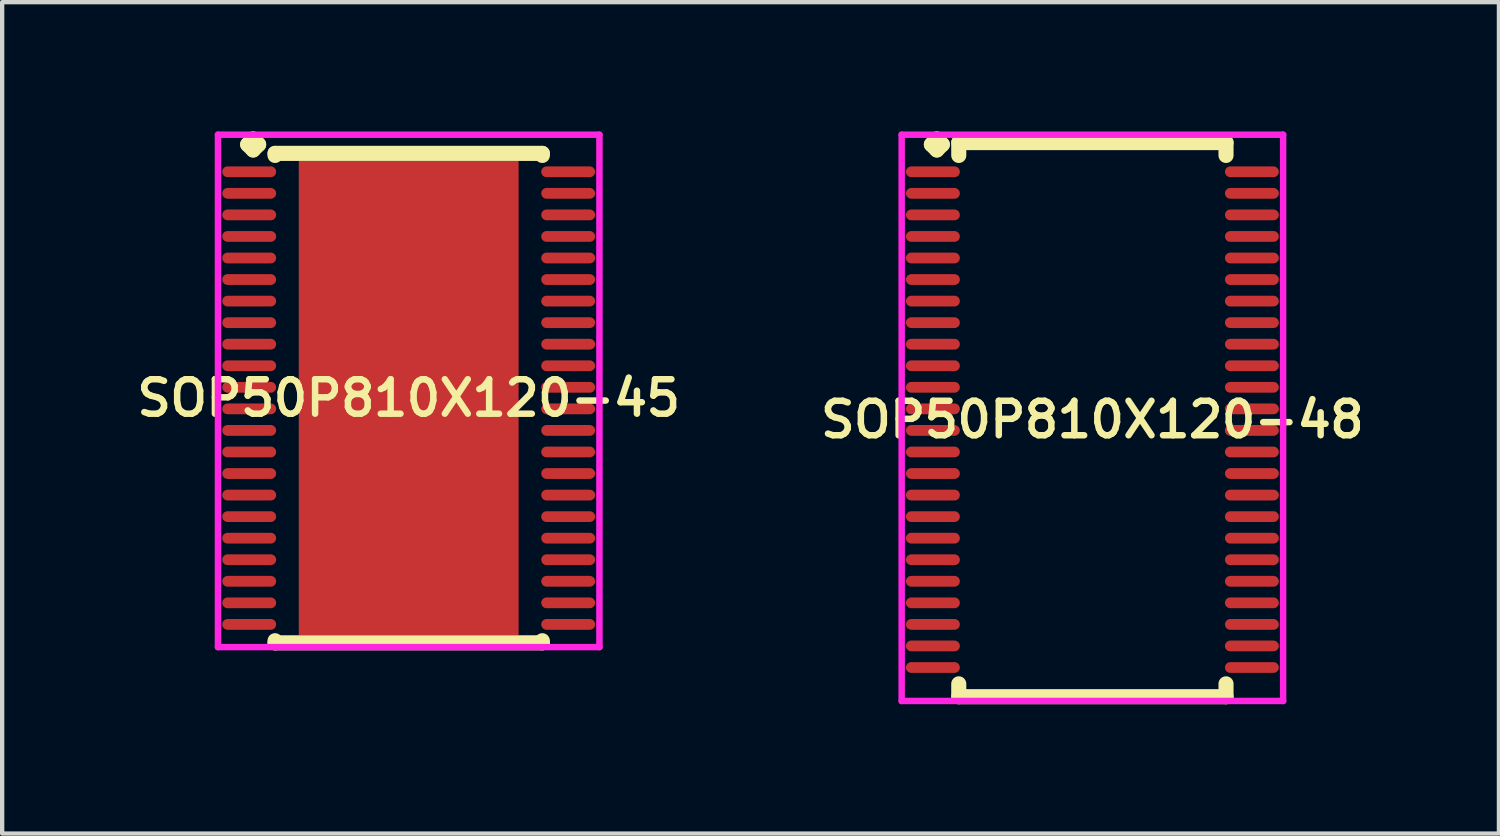
<source format=kicad_pcb>
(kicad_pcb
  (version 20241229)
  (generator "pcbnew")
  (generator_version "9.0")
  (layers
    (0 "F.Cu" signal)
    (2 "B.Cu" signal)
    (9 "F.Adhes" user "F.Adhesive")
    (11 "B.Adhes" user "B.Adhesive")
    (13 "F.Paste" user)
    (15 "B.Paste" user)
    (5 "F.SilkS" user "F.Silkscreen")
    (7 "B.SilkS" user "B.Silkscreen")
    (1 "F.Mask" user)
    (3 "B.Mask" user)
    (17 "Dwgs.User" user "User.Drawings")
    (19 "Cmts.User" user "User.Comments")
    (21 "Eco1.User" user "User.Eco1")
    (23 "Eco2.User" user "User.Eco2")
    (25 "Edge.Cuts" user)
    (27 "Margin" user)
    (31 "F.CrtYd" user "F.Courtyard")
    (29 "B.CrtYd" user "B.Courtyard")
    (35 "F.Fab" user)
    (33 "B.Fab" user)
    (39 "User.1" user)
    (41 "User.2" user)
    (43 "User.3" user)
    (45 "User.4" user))
  (footprint "SOP50P810X120-45"
    (layer "F.Cu")
    (at 6.431 6.185)
    (property "Reference" "SOP50P810X120-45" (at 0 0 0) (layer "F.SilkS") (effects (font (size 0.8 0.8) (thickness 0.15))))
    (attr smd)
    (fp_line (start -3.735 -5.883) (end -3.608 -6.01) (stroke (width 0.35) (type solid)) (layer "F.SilkS"))
    (fp_line (start -3.608 -6.01) (end -3.481 -5.883) (stroke (width 0.35) (type solid)) (layer "F.SilkS"))
    (fp_line (start -3.608 -5.756) (end -3.735 -5.883) (stroke (width 0.35) (type solid)) (layer "F.SilkS"))
    (fp_line (start -3.481 -5.883) (end -3.608 -5.756) (stroke (width 0.35) (type solid)) (layer "F.SilkS"))
    (fp_line (start -3.1 -5.677) (end 3.1 -5.677) (stroke (width 0.35) (type solid)) (layer "F.SilkS"))
    (fp_line (start -3.1 -5.629) (end -3.1 -5.677) (stroke (width 0.35) (type solid)) (layer "F.SilkS"))
    (fp_line (start -3.1 5.629) (end -3.1 5.677) (stroke (width 0.35) (type solid)) (layer "F.SilkS"))
    (fp_line (start -3.1 5.677) (end 3.1 5.677) (stroke (width 0.35) (type solid)) (layer "F.SilkS"))
    (fp_line (start 3.1 -5.677) (end 3.1 -5.629) (stroke (width 0.35) (type solid)) (layer "F.SilkS"))
    (fp_line (start 3.1 5.677) (end 3.1 5.629) (stroke (width 0.35) (type solid)) (layer "F.SilkS"))
    (fp_line (start -4.425 -6.11) (end 4.425 -6.11) (stroke (width 0.15) (type solid)) (layer "F.CrtYd"))
    (fp_line (start -4.425 5.777) (end -4.425 -6.11) (stroke (width 0.15) (type solid)) (layer "F.CrtYd"))
    (fp_line (start 4.425 -6.11) (end 4.425 5.777) (stroke (width 0.15) (type solid)) (layer "F.CrtYd"))
    (fp_line (start 4.425 5.777) (end -4.425 5.777) (stroke (width 0.15) (type solid)) (layer "F.CrtYd"))
    (pad "1" smd oval (at -3.7 -5.25) (size 1.25 0.25) (layers "F.Cu" "F.Mask" "F.Paste"))
    (pad "2" smd oval (at -3.7 -4.75) (size 1.25 0.25) (layers "F.Cu" "F.Mask" "F.Paste"))
    (pad "3" smd oval (at -3.7 -4.25) (size 1.25 0.25) (layers "F.Cu" "F.Mask" "F.Paste"))
    (pad "4" smd oval (at -3.7 -3.75) (size 1.25 0.25) (layers "F.Cu" "F.Mask" "F.Paste"))
    (pad "5" smd oval (at -3.7 -3.25) (size 1.25 0.25) (layers "F.Cu" "F.Mask" "F.Paste"))
    (pad "6" smd oval (at -3.7 -2.75) (size 1.25 0.25) (layers "F.Cu" "F.Mask" "F.Paste"))
    (pad "7" smd oval (at -3.7 -2.25) (size 1.25 0.25) (layers "F.Cu" "F.Mask" "F.Paste"))
    (pad "8" smd oval (at -3.7 -1.75) (size 1.25 0.25) (layers "F.Cu" "F.Mask" "F.Paste"))
    (pad "9" smd oval (at -3.7 -1.25) (size 1.25 0.25) (layers "F.Cu" "F.Mask" "F.Paste"))
    (pad "10" smd oval (at -3.7 -0.75) (size 1.25 0.25) (layers "F.Cu" "F.Mask" "F.Paste"))
    (pad "11" smd oval (at -3.7 -0.25) (size 1.25 0.25) (layers "F.Cu" "F.Mask" "F.Paste"))
    (pad "12" smd oval (at -3.7 0.25) (size 1.25 0.25) (layers "F.Cu" "F.Mask" "F.Paste"))
    (pad "13" smd oval (at -3.7 0.75) (size 1.25 0.25) (layers "F.Cu" "F.Mask" "F.Paste"))
    (pad "14" smd oval (at -3.7 1.25) (size 1.25 0.25) (layers "F.Cu" "F.Mask" "F.Paste"))
    (pad "15" smd oval (at -3.7 1.75) (size 1.25 0.25) (layers "F.Cu" "F.Mask" "F.Paste"))
    (pad "16" smd oval (at -3.7 2.25) (size 1.25 0.25) (layers "F.Cu" "F.Mask" "F.Paste"))
    (pad "17" smd oval (at -3.7 2.75) (size 1.25 0.25) (layers "F.Cu" "F.Mask" "F.Paste"))
    (pad "18" smd oval (at -3.7 3.25) (size 1.25 0.25) (layers "F.Cu" "F.Mask" "F.Paste"))
    (pad "19" smd oval (at -3.7 3.75) (size 1.25 0.25) (layers "F.Cu" "F.Mask" "F.Paste"))
    (pad "20" smd oval (at -3.7 4.25) (size 1.25 0.25) (layers "F.Cu" "F.Mask" "F.Paste"))
    (pad "21" smd oval (at -3.7 4.75) (size 1.25 0.25) (layers "F.Cu" "F.Mask" "F.Paste"))
    (pad "22" smd oval (at -3.7 5.25) (size 1.25 0.25) (layers "F.Cu" "F.Mask" "F.Paste"))
    (pad "23" smd oval (at 3.7 5.25) (size 1.25 0.25) (layers "F.Cu" "F.Mask" "F.Paste"))
    (pad "24" smd oval (at 3.7 4.75) (size 1.25 0.25) (layers "F.Cu" "F.Mask" "F.Paste"))
    (pad "25" smd oval (at 3.7 4.25) (size 1.25 0.25) (layers "F.Cu" "F.Mask" "F.Paste"))
    (pad "26" smd oval (at 3.7 3.75) (size 1.25 0.25) (layers "F.Cu" "F.Mask" "F.Paste"))
    (pad "27" smd oval (at 3.7 3.25) (size 1.25 0.25) (layers "F.Cu" "F.Mask" "F.Paste"))
    (pad "28" smd oval (at 3.7 2.75) (size 1.25 0.25) (layers "F.Cu" "F.Mask" "F.Paste"))
    (pad "29" smd oval (at 3.7 2.25) (size 1.25 0.25) (layers "F.Cu" "F.Mask" "F.Paste"))
    (pad "30" smd oval (at 3.7 1.75) (size 1.25 0.25) (layers "F.Cu" "F.Mask" "F.Paste"))
    (pad "31" smd oval (at 3.7 1.25) (size 1.25 0.25) (layers "F.Cu" "F.Mask" "F.Paste"))
    (pad "32" smd oval (at 3.7 0.75) (size 1.25 0.25) (layers "F.Cu" "F.Mask" "F.Paste"))
    (pad "33" smd oval (at 3.7 0.25) (size 1.25 0.25) (layers "F.Cu" "F.Mask" "F.Paste"))
    (pad "34" smd oval (at 3.7 -0.25) (size 1.25 0.25) (layers "F.Cu" "F.Mask" "F.Paste"))
    (pad "35" smd oval (at 3.7 -0.75) (size 1.25 0.25) (layers "F.Cu" "F.Mask" "F.Paste"))
    (pad "36" smd oval (at 3.7 -1.25) (size 1.25 0.25) (layers "F.Cu" "F.Mask" "F.Paste"))
    (pad "37" smd oval (at 3.7 -1.75) (size 1.25 0.25) (layers "F.Cu" "F.Mask" "F.Paste"))
    (pad "38" smd oval (at 3.7 -2.25) (size 1.25 0.25) (layers "F.Cu" "F.Mask" "F.Paste"))
    (pad "39" smd oval (at 3.7 -2.75) (size 1.25 0.25) (layers "F.Cu" "F.Mask" "F.Paste"))
    (pad "40" smd oval (at 3.7 -3.25) (size 1.25 0.25) (layers "F.Cu" "F.Mask" "F.Paste"))
    (pad "41" smd oval (at 3.7 -3.75) (size 1.25 0.25) (layers "F.Cu" "F.Mask" "F.Paste"))
    (pad "42" smd oval (at 3.7 -4.25) (size 1.25 0.25) (layers "F.Cu" "F.Mask" "F.Paste"))
    (pad "43" smd oval (at 3.7 -4.75) (size 1.25 0.25) (layers "F.Cu" "F.Mask" "F.Paste"))
    (pad "44" smd oval (at 3.7 -5.25) (size 1.25 0.25) (layers "F.Cu" "F.Mask" "F.Paste"))
    (pad "45" smd rect (at 0 0) (size 5.1 11) (layers "F.Cu" "F.Mask" "F.Paste")))
  (footprint "SOP50P810X120-48"
    (layer "F.Cu")
    (at 22.292 6.685)
    (property "Reference" "SOP50P810X120-48" (at 0 0 0) (layer "F.SilkS") (effects (font (size 0.8 0.8) (thickness 0.15))))
    (attr smd)
    (fp_line (start -3.735 -6.383) (end -3.608 -6.51) (stroke (width 0.35) (type solid)) (layer "F.SilkS"))
    (fp_line (start -3.608 -6.51) (end -3.481 -6.383) (stroke (width 0.35) (type solid)) (layer "F.SilkS"))
    (fp_line (start -3.608 -6.256) (end -3.735 -6.383) (stroke (width 0.35) (type solid)) (layer "F.SilkS"))
    (fp_line (start -3.481 -6.383) (end -3.608 -6.256) (stroke (width 0.35) (type solid)) (layer "F.SilkS"))
    (fp_line (start -3.1 -6.427) (end 3.1 -6.427) (stroke (width 0.35) (type solid)) (layer "F.SilkS"))
    (fp_line (start -3.1 -6.129) (end -3.1 -6.427) (stroke (width 0.35) (type solid)) (layer "F.SilkS"))
    (fp_line (start -3.1 6.129) (end -3.1 6.427) (stroke (width 0.35) (type solid)) (layer "F.SilkS"))
    (fp_line (start -3.1 6.427) (end 3.1 6.427) (stroke (width 0.35) (type solid)) (layer "F.SilkS"))
    (fp_line (start 3.1 -6.427) (end 3.1 -6.129) (stroke (width 0.35) (type solid)) (layer "F.SilkS"))
    (fp_line (start 3.1 6.427) (end 3.1 6.129) (stroke (width 0.35) (type solid)) (layer "F.SilkS"))
    (fp_line (start -4.425 -6.61) (end 4.425 -6.61) (stroke (width 0.15) (type solid)) (layer "F.CrtYd"))
    (fp_line (start -4.425 6.527) (end -4.425 -6.61) (stroke (width 0.15) (type solid)) (layer "F.CrtYd"))
    (fp_line (start 4.425 -6.61) (end 4.425 6.527) (stroke (width 0.15) (type solid)) (layer "F.CrtYd"))
    (fp_line (start 4.425 6.527) (end -4.425 6.527) (stroke (width 0.15) (type solid)) (layer "F.CrtYd"))
    (pad "1" smd oval (at -3.7 -5.75) (size 1.25 0.25) (layers "F.Cu" "F.Mask" "F.Paste"))
    (pad "2" smd oval (at -3.7 -5.25) (size 1.25 0.25) (layers "F.Cu" "F.Mask" "F.Paste"))
    (pad "3" smd oval (at -3.7 -4.75) (size 1.25 0.25) (layers "F.Cu" "F.Mask" "F.Paste"))
    (pad "4" smd oval (at -3.7 -4.25) (size 1.25 0.25) (layers "F.Cu" "F.Mask" "F.Paste"))
    (pad "5" smd oval (at -3.7 -3.75) (size 1.25 0.25) (layers "F.Cu" "F.Mask" "F.Paste"))
    (pad "6" smd oval (at -3.7 -3.25) (size 1.25 0.25) (layers "F.Cu" "F.Mask" "F.Paste"))
    (pad "7" smd oval (at -3.7 -2.75) (size 1.25 0.25) (layers "F.Cu" "F.Mask" "F.Paste"))
    (pad "8" smd oval (at -3.7 -2.25) (size 1.25 0.25) (layers "F.Cu" "F.Mask" "F.Paste"))
    (pad "9" smd oval (at -3.7 -1.75) (size 1.25 0.25) (layers "F.Cu" "F.Mask" "F.Paste"))
    (pad "10" smd oval (at -3.7 -1.25) (size 1.25 0.25) (layers "F.Cu" "F.Mask" "F.Paste"))
    (pad "11" smd oval (at -3.7 -0.75) (size 1.25 0.25) (layers "F.Cu" "F.Mask" "F.Paste"))
    (pad "12" smd oval (at -3.7 -0.25) (size 1.25 0.25) (layers "F.Cu" "F.Mask" "F.Paste"))
    (pad "13" smd oval (at -3.7 0.25) (size 1.25 0.25) (layers "F.Cu" "F.Mask" "F.Paste"))
    (pad "14" smd oval (at -3.7 0.75) (size 1.25 0.25) (layers "F.Cu" "F.Mask" "F.Paste"))
    (pad "15" smd oval (at -3.7 1.25) (size 1.25 0.25) (layers "F.Cu" "F.Mask" "F.Paste"))
    (pad "16" smd oval (at -3.7 1.75) (size 1.25 0.25) (layers "F.Cu" "F.Mask" "F.Paste"))
    (pad "17" smd oval (at -3.7 2.25) (size 1.25 0.25) (layers "F.Cu" "F.Mask" "F.Paste"))
    (pad "18" smd oval (at -3.7 2.75) (size 1.25 0.25) (layers "F.Cu" "F.Mask" "F.Paste"))
    (pad "19" smd oval (at -3.7 3.25) (size 1.25 0.25) (layers "F.Cu" "F.Mask" "F.Paste"))
    (pad "20" smd oval (at -3.7 3.75) (size 1.25 0.25) (layers "F.Cu" "F.Mask" "F.Paste"))
    (pad "21" smd oval (at -3.7 4.25) (size 1.25 0.25) (layers "F.Cu" "F.Mask" "F.Paste"))
    (pad "22" smd oval (at -3.7 4.75) (size 1.25 0.25) (layers "F.Cu" "F.Mask" "F.Paste"))
    (pad "23" smd oval (at -3.7 5.25) (size 1.25 0.25) (layers "F.Cu" "F.Mask" "F.Paste"))
    (pad "24" smd oval (at -3.7 5.75) (size 1.25 0.25) (layers "F.Cu" "F.Mask" "F.Paste"))
    (pad "25" smd oval (at 3.7 5.75) (size 1.25 0.25) (layers "F.Cu" "F.Mask" "F.Paste"))
    (pad "26" smd oval (at 3.7 5.25) (size 1.25 0.25) (layers "F.Cu" "F.Mask" "F.Paste"))
    (pad "27" smd oval (at 3.7 4.75) (size 1.25 0.25) (layers "F.Cu" "F.Mask" "F.Paste"))
    (pad "28" smd oval (at 3.7 4.25) (size 1.25 0.25) (layers "F.Cu" "F.Mask" "F.Paste"))
    (pad "29" smd oval (at 3.7 3.75) (size 1.25 0.25) (layers "F.Cu" "F.Mask" "F.Paste"))
    (pad "30" smd oval (at 3.7 3.25) (size 1.25 0.25) (layers "F.Cu" "F.Mask" "F.Paste"))
    (pad "31" smd oval (at 3.7 2.75) (size 1.25 0.25) (layers "F.Cu" "F.Mask" "F.Paste"))
    (pad "32" smd oval (at 3.7 2.25) (size 1.25 0.25) (layers "F.Cu" "F.Mask" "F.Paste"))
    (pad "33" smd oval (at 3.7 1.75) (size 1.25 0.25) (layers "F.Cu" "F.Mask" "F.Paste"))
    (pad "34" smd oval (at 3.7 1.25) (size 1.25 0.25) (layers "F.Cu" "F.Mask" "F.Paste"))
    (pad "35" smd oval (at 3.7 0.75) (size 1.25 0.25) (layers "F.Cu" "F.Mask" "F.Paste"))
    (pad "36" smd oval (at 3.7 0.25) (size 1.25 0.25) (layers "F.Cu" "F.Mask" "F.Paste"))
    (pad "37" smd oval (at 3.7 -0.25) (size 1.25 0.25) (layers "F.Cu" "F.Mask" "F.Paste"))
    (pad "38" smd oval (at 3.7 -0.75) (size 1.25 0.25) (layers "F.Cu" "F.Mask" "F.Paste"))
    (pad "39" smd oval (at 3.7 -1.25) (size 1.25 0.25) (layers "F.Cu" "F.Mask" "F.Paste"))
    (pad "40" smd oval (at 3.7 -1.75) (size 1.25 0.25) (layers "F.Cu" "F.Mask" "F.Paste"))
    (pad "41" smd oval (at 3.7 -2.25) (size 1.25 0.25) (layers "F.Cu" "F.Mask" "F.Paste"))
    (pad "42" smd oval (at 3.7 -2.75) (size 1.25 0.25) (layers "F.Cu" "F.Mask" "F.Paste"))
    (pad "43" smd oval (at 3.7 -3.25) (size 1.25 0.25) (layers "F.Cu" "F.Mask" "F.Paste"))
    (pad "44" smd oval (at 3.7 -3.75) (size 1.25 0.25) (layers "F.Cu" "F.Mask" "F.Paste"))
    (pad "45" smd oval (at 3.7 -4.25) (size 1.25 0.25) (layers "F.Cu" "F.Mask" "F.Paste"))
    (pad "46" smd oval (at 3.7 -4.75) (size 1.25 0.25) (layers "F.Cu" "F.Mask" "F.Paste"))
    (pad "47" smd oval (at 3.7 -5.25) (size 1.25 0.25) (layers "F.Cu" "F.Mask" "F.Paste"))
    (pad "48" smd oval (at 3.7 -5.75) (size 1.25 0.25) (layers "F.Cu" "F.Mask" "F.Paste")))
  (gr_rect
    (start -3 -3)
    (end 31.723 16.287)
    (stroke (width 0.1) (type default))
    (fill no)
    (layer "Edge.Cuts")))
</source>
